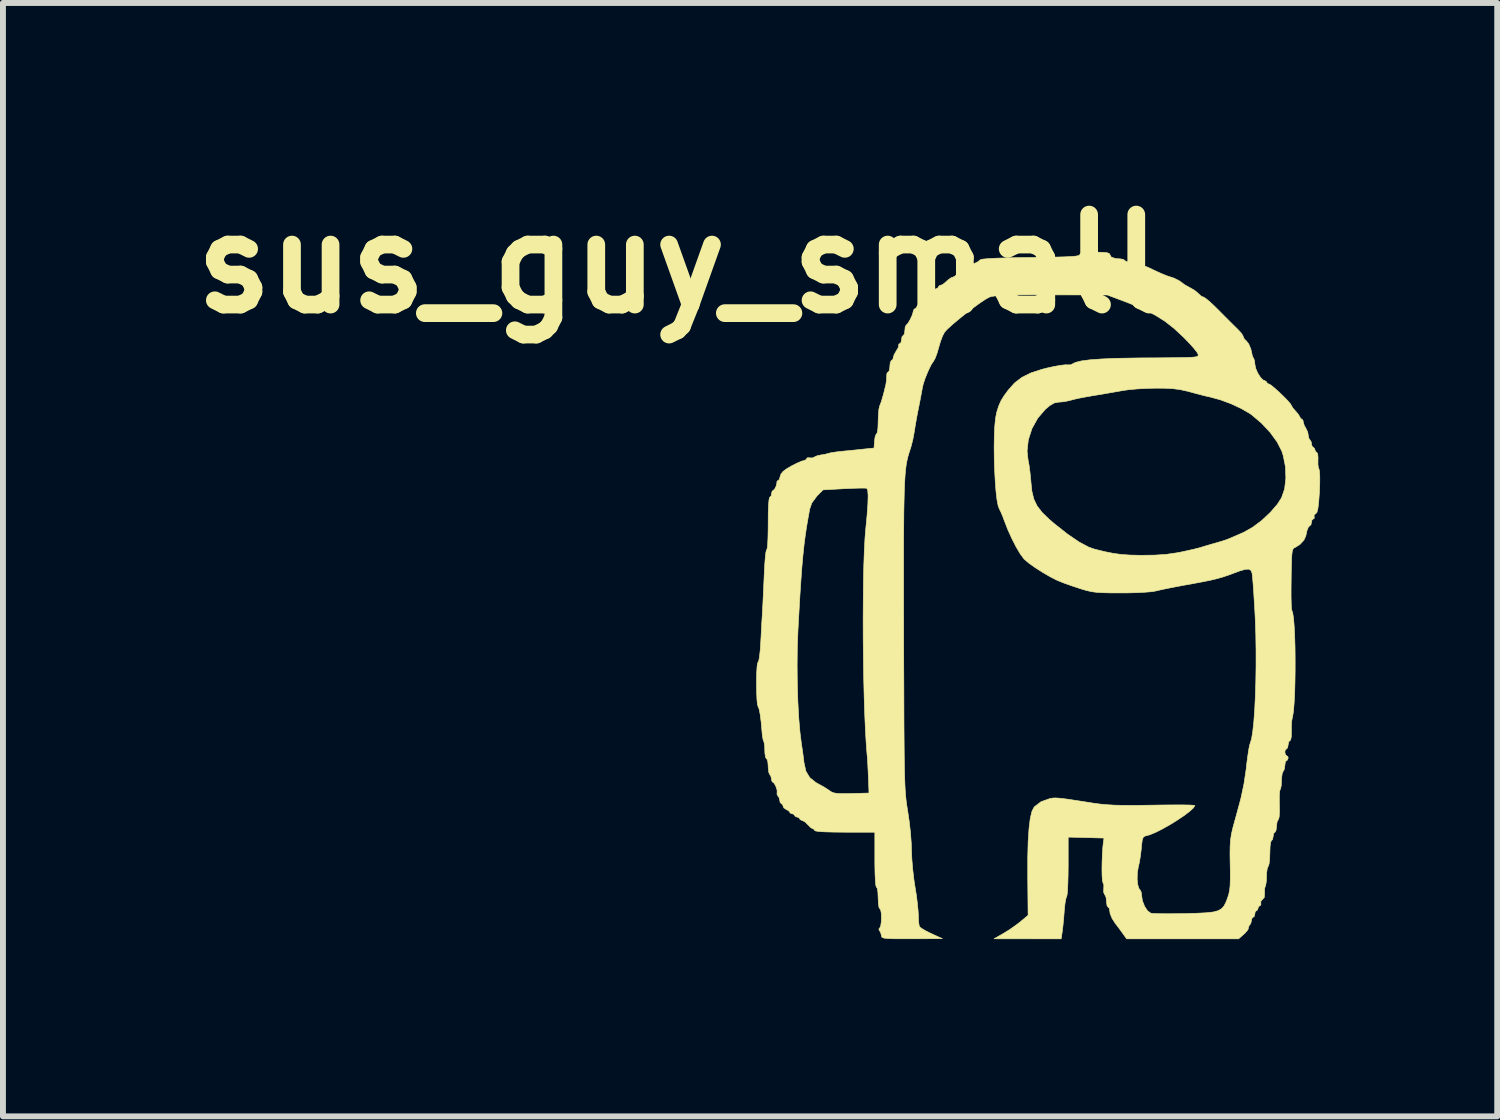
<source format=kicad_pcb>
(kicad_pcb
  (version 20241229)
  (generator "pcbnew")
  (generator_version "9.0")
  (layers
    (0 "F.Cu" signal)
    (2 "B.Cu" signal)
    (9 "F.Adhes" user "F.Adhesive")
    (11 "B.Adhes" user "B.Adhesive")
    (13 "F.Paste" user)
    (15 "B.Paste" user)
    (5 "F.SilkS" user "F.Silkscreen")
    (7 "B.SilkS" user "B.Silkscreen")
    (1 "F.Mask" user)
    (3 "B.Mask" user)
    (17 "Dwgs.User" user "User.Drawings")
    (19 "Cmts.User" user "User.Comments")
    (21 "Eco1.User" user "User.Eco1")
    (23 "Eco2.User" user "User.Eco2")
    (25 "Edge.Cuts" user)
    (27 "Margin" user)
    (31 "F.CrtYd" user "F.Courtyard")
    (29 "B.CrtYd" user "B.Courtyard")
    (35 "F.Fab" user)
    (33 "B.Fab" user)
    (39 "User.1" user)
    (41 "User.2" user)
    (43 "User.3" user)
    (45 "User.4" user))
  (footprint "sus_guy_small"
    (layer "F.Cu")
    (at 14.812 6.498)
    (property "Reference" "sus_guy_small" (at -6.35 -5.08 0) (layer "F.SilkS") (effects (font (size 1.524 1.524) (thickness 0.3))))
    (attr through_hole)
    (fp_poly (pts (xy 0.803 -5.276) (xy 0.882 -5.269) (xy 0.921 -5.256) (xy 0.931 -5.238) (xy 0.957 -5.193) (xy 1.033 -5.169) (xy 1.103 -5.165) (xy 1.161 -5.156) (xy 1.185 -5.136) (xy 1.21 -5.119) (xy 1.273 -5.109) (xy 1.298 -5.108) (xy 1.369 -5.102) (xy 1.408 -5.085) (xy 1.411 -5.079) (xy 1.432 -5.057) (xy 1.448 -5.058) (xy 1.497 -5.051) (xy 1.568 -5.025) (xy 1.582 -5.019) (xy 1.691 -4.967) (xy 1.795 -4.92) (xy 1.88 -4.884) (xy 1.93 -4.866) (xy 1.933 -4.866) (xy 2.015 -4.839) (xy 2.099 -4.798) (xy 2.148 -4.764) (xy 2.199 -4.726) (xy 2.274 -4.684) (xy 2.286 -4.678) (xy 2.366 -4.632) (xy 2.429 -4.579) (xy 2.434 -4.574) (xy 2.483 -4.53) (xy 2.52 -4.516) (xy 2.553 -4.496) (xy 2.616 -4.445) (xy 2.699 -4.368) (xy 2.781 -4.287) (xy 2.882 -4.185) (xy 2.978 -4.089) (xy 3.057 -4.011) (xy 3.097 -3.972) (xy 3.153 -3.912) (xy 3.186 -3.862) (xy 3.189 -3.849) (xy 3.21 -3.806) (xy 3.242 -3.776) (xy 3.283 -3.724) (xy 3.319 -3.638) (xy 3.341 -3.54) (xy 3.343 -3.523) (xy 3.361 -3.487) (xy 3.365 -3.483) (xy 3.381 -3.442) (xy 3.387 -3.382) (xy 3.401 -3.311) (xy 3.436 -3.23) (xy 3.482 -3.158) (xy 3.528 -3.112) (xy 3.549 -3.105) (xy 3.582 -3.087) (xy 3.584 -3.076) (xy 3.607 -3.05) (xy 3.621 -3.048) (xy 3.656 -3.029) (xy 3.717 -2.98) (xy 3.792 -2.913) (xy 3.871 -2.837) (xy 3.941 -2.766) (xy 3.99 -2.709) (xy 4.008 -2.678) (xy 4.026 -2.645) (xy 4.07 -2.593) (xy 4.078 -2.585) (xy 4.125 -2.53) (xy 4.148 -2.488) (xy 4.149 -2.485) (xy 4.169 -2.456) (xy 4.177 -2.455) (xy 4.201 -2.432) (xy 4.206 -2.406) (xy 4.223 -2.345) (xy 4.248 -2.302) (xy 4.282 -2.232) (xy 4.29 -2.183) (xy 4.301 -2.126) (xy 4.318 -2.103) (xy 4.342 -2.063) (xy 4.346 -2.03) (xy 4.358 -1.985) (xy 4.374 -1.976) (xy 4.399 -1.953) (xy 4.403 -1.933) (xy 4.419 -1.896) (xy 4.433 -1.891) (xy 4.451 -1.865) (xy 4.457 -1.795) (xy 4.456 -1.765) (xy 4.455 -1.684) (xy 4.462 -1.629) (xy 4.468 -1.619) (xy 4.48 -1.577) (xy 4.486 -1.489) (xy 4.486 -1.365) (xy 4.48 -1.213) (xy 4.469 -1.063) (xy 4.455 -0.94) (xy 4.437 -0.87) (xy 4.414 -0.847) (xy 4.414 -0.847) (xy 4.389 -0.827) (xy 4.392 -0.804) (xy 4.391 -0.768) (xy 4.377 -0.762) (xy 4.352 -0.738) (xy 4.346 -0.706) (xy 4.336 -0.66) (xy 4.321 -0.649) (xy 4.294 -0.624) (xy 4.268 -0.559) (xy 4.25 -0.473) (xy 4.218 -0.403) (xy 4.154 -0.332) (xy 4.077 -0.282) (xy 4.072 -0.28) (xy 4.05 -0.27) (xy 4.034 -0.252) (xy 4.022 -0.22) (xy 4.014 -0.164) (xy 4.009 -0.077) (xy 4.005 0.048) (xy 4.002 0.221) (xy 4.002 0.254) (xy 4 0.419) (xy 4 0.563) (xy 4.003 0.679) (xy 4.007 0.756) (xy 4.012 0.785) (xy 4.028 0.83) (xy 4.042 0.924) (xy 4.053 1.057) (xy 4.061 1.22) (xy 4.067 1.405) (xy 4.069 1.603) (xy 4.069 1.806) (xy 4.066 2.005) (xy 4.061 2.192) (xy 4.052 2.357) (xy 4.041 2.493) (xy 4.026 2.59) (xy 4.017 2.625) (xy 4.009 2.675) (xy 4.005 2.76) (xy 4.006 2.829) (xy 4.004 2.927) (xy 3.993 2.982) (xy 3.981 2.992) (xy 3.959 3.016) (xy 3.951 3.062) (xy 3.941 3.115) (xy 3.923 3.133) (xy 3.9 3.156) (xy 3.895 3.189) (xy 3.906 3.235) (xy 3.923 3.246) (xy 3.948 3.268) (xy 3.951 3.288) (xy 3.936 3.325) (xy 3.923 3.33) (xy 3.903 3.355) (xy 3.895 3.413) (xy 3.886 3.478) (xy 3.866 3.514) (xy 3.85 3.55) (xy 3.84 3.622) (xy 3.838 3.669) (xy 3.834 3.752) (xy 3.823 3.808) (xy 3.815 3.821) (xy 3.806 3.854) (xy 3.801 3.929) (xy 3.801 4.032) (xy 3.802 4.074) (xy 3.804 4.202) (xy 3.798 4.29) (xy 3.784 4.331) (xy 3.783 4.331) (xy 3.763 4.369) (xy 3.754 4.438) (xy 3.754 4.447) (xy 3.746 4.511) (xy 3.729 4.543) (xy 3.725 4.544) (xy 3.704 4.568) (xy 3.697 4.614) (xy 3.687 4.667) (xy 3.669 4.685) (xy 3.655 4.711) (xy 3.645 4.782) (xy 3.641 4.886) (xy 3.641 4.895) (xy 3.637 4.999) (xy 3.628 5.079) (xy 3.615 5.12) (xy 3.612 5.122) (xy 3.597 5.158) (xy 3.586 5.232) (xy 3.584 5.289) (xy 3.581 5.376) (xy 3.571 5.439) (xy 3.564 5.458) (xy 3.552 5.497) (xy 3.551 5.566) (xy 3.552 5.572) (xy 3.546 5.65) (xy 3.516 5.682) (xy 3.486 5.718) (xy 3.489 5.742) (xy 3.488 5.779) (xy 3.474 5.786) (xy 3.447 5.808) (xy 3.443 5.828) (xy 3.428 5.865) (xy 3.415 5.87) (xy 3.392 5.894) (xy 3.387 5.927) (xy 3.375 5.973) (xy 3.358 5.983) (xy 3.335 6.007) (xy 3.33 6.038) (xy 3.317 6.092) (xy 3.301 6.111) (xy 3.279 6.149) (xy 3.281 6.16) (xy 3.268 6.197) (xy 3.223 6.25) (xy 3.201 6.271) (xy 3.111 6.35) (xy 1.216 6.35) (xy 1.165 6.279) (xy 1.118 6.213) (xy 1.055 6.129) (xy 1.023 6.088) (xy 0.968 6.001) (xy 0.936 5.921) (xy 0.932 5.891) (xy 0.923 5.835) (xy 0.903 5.814) (xy 0.884 5.789) (xy 0.875 5.728) (xy 0.875 5.717) (xy 0.867 5.646) (xy 0.846 5.602) (xy 0.844 5.6) (xy 0.826 5.562) (xy 0.828 5.504) (xy 0.83 5.438) (xy 0.815 5.398) (xy 0.806 5.361) (xy 0.8 5.281) (xy 0.798 5.171) (xy 0.8 5.044) (xy 0.805 4.915) (xy 0.813 4.795) (xy 0.822 4.713) (xy 0.833 4.643) (xy 0.529 4.635) (xy 0.226 4.627) (xy 0.226 5.116) (xy 0.224 5.277) (xy 0.22 5.419) (xy 0.215 5.532) (xy 0.207 5.607) (xy 0.2 5.632) (xy 0.186 5.671) (xy 0.172 5.751) (xy 0.161 5.856) (xy 0.159 5.884) (xy 0.149 6.011) (xy 0.137 6.132) (xy 0.126 6.224) (xy 0.125 6.23) (xy 0.107 6.35) (xy -1.03 6.349) (xy -0.875 6.261) (xy -0.762 6.191) (xy -0.644 6.107) (xy -0.586 6.062) (xy -0.453 5.951) (xy -0.459 5.311) (xy -0.459 4.979) (xy -0.452 4.702) (xy -0.437 4.479) (xy -0.416 4.308) (xy -0.387 4.188) (xy -0.35 4.118) (xy -0.349 4.116) (xy -0.234 4.028) (xy -0.083 3.974) (xy -0.068 3.971) (xy -0.034 3.966) (xy 0.003 3.964) (xy 0.052 3.966) (xy 0.121 3.973) (xy 0.218 3.985) (xy 0.349 4.005) (xy 0.524 4.032) (xy 0.649 4.052) (xy 0.761 4.067) (xy 0.877 4.078) (xy 1.007 4.086) (xy 1.161 4.089) (xy 1.348 4.09) (xy 1.579 4.087) (xy 1.658 4.086) (xy 1.852 4.083) (xy 2.026 4.082) (xy 2.172 4.082) (xy 2.283 4.084) (xy 2.352 4.088) (xy 2.371 4.092) (xy 2.347 4.132) (xy 2.283 4.191) (xy 2.188 4.263) (xy 2.073 4.34) (xy 1.947 4.418) (xy 1.821 4.489) (xy 1.704 4.548) (xy 1.606 4.588) (xy 1.566 4.599) (xy 1.522 4.611) (xy 1.495 4.633) (xy 1.48 4.679) (xy 1.469 4.762) (xy 1.465 4.813) (xy 1.451 4.936) (xy 1.431 5.056) (xy 1.413 5.134) (xy 1.397 5.23) (xy 1.394 5.334) (xy 1.403 5.43) (xy 1.424 5.498) (xy 1.441 5.518) (xy 1.462 5.557) (xy 1.468 5.603) (xy 1.482 5.703) (xy 1.52 5.8) (xy 1.571 5.877) (xy 1.627 5.916) (xy 1.677 5.921) (xy 1.773 5.924) (xy 1.904 5.925) (xy 2.06 5.924) (xy 2.21 5.922) (xy 2.413 5.916) (xy 2.569 5.908) (xy 2.683 5.895) (xy 2.766 5.873) (xy 2.823 5.84) (xy 2.865 5.793) (xy 2.897 5.73) (xy 2.922 5.666) (xy 2.944 5.6) (xy 2.959 5.531) (xy 2.968 5.447) (xy 2.971 5.338) (xy 2.971 5.191) (xy 2.969 5.089) (xy 2.966 4.918) (xy 2.968 4.786) (xy 2.975 4.677) (xy 2.99 4.576) (xy 3.016 4.464) (xy 3.054 4.326) (xy 3.076 4.247) (xy 3.15 3.973) (xy 3.203 3.724) (xy 3.24 3.475) (xy 3.246 3.415) (xy 3.263 3.281) (xy 3.28 3.164) (xy 3.296 3.078) (xy 3.308 3.039) (xy 3.331 2.965) (xy 3.351 2.842) (xy 3.369 2.676) (xy 3.384 2.476) (xy 3.395 2.248) (xy 3.403 1.999) (xy 3.407 1.737) (xy 3.407 1.468) (xy 3.403 1.201) (xy 3.394 0.941) (xy 3.388 0.818) (xy 3.377 0.639) (xy 3.367 0.474) (xy 3.357 0.334) (xy 3.348 0.228) (xy 3.341 0.168) (xy 3.341 0.162) (xy 3.323 0.113) (xy 3.288 0.09) (xy 3.227 0.092) (xy 3.13 0.12) (xy 3.042 0.153) (xy 2.936 0.192) (xy 2.84 0.224) (xy 2.741 0.252) (xy 2.627 0.279) (xy 2.486 0.307) (xy 2.306 0.341) (xy 2.23 0.354) (xy 2.074 0.383) (xy 1.93 0.411) (xy 1.809 0.436) (xy 1.727 0.455) (xy 1.711 0.459) (xy 1.643 0.471) (xy 1.531 0.48) (xy 1.387 0.488) (xy 1.222 0.492) (xy 1.132 0.492) (xy 0.954 0.492) (xy 0.82 0.489) (xy 0.716 0.483) (xy 0.629 0.472) (xy 0.547 0.454) (xy 0.456 0.428) (xy 0.41 0.413) (xy 0.28 0.37) (xy 0.154 0.325) (xy 0.054 0.285) (xy 0.029 0.274) (xy -0.082 0.217) (xy -0.207 0.144) (xy -0.331 0.065) (xy -0.438 -0.011) (xy -0.513 -0.074) (xy -0.526 -0.088) (xy -0.585 -0.168) (xy -0.655 -0.286) (xy -0.727 -0.427) (xy -0.794 -0.574) (xy -0.847 -0.709) (xy -0.883 -0.806) (xy -0.916 -0.883) (xy -0.936 -0.922) (xy -0.959 -0.979) (xy -0.979 -1.082) (xy -0.996 -1.223) (xy -1.009 -1.392) (xy -1.019 -1.579) (xy -1.026 -1.775) (xy -1.027 -1.912) (xy -0.47 -1.912) (xy -0.455 -1.77) (xy -0.436 -1.667) (xy -0.419 -1.535) (xy -0.406 -1.402) (xy -0.406 -1.397) (xy -0.389 -1.231) (xy -0.356 -1.096) (xy -0.3 -0.98) (xy -0.215 -0.87) (xy -0.092 -0.751) (xy -0.01 -0.681) (xy 0.216 -0.503) (xy 0.411 -0.37) (xy 0.574 -0.283) (xy 0.669 -0.25) (xy 0.847 -0.206) (xy 0.993 -0.177) (xy 1.127 -0.159) (xy 1.271 -0.149) (xy 1.446 -0.145) (xy 1.468 -0.145) (xy 1.696 -0.148) (xy 1.889 -0.161) (xy 2.066 -0.187) (xy 2.117 -0.196) (xy 2.243 -0.223) (xy 2.358 -0.249) (xy 2.444 -0.271) (xy 2.469 -0.278) (xy 2.543 -0.301) (xy 2.646 -0.331) (xy 2.723 -0.353) (xy 2.802 -0.376) (xy 2.864 -0.395) (xy 2.922 -0.415) (xy 2.992 -0.444) (xy 3.086 -0.485) (xy 3.198 -0.534) (xy 3.348 -0.618) (xy 3.504 -0.735) (xy 3.649 -0.871) (xy 3.77 -1.011) (xy 3.84 -1.121) (xy 3.891 -1.27) (xy 3.912 -1.45) (xy 3.905 -1.643) (xy 3.868 -1.831) (xy 3.842 -1.912) (xy 3.764 -2.064) (xy 3.646 -2.226) (xy 3.5 -2.382) (xy 3.339 -2.519) (xy 3.297 -2.549) (xy 3.157 -2.63) (xy 2.986 -2.71) (xy 2.806 -2.777) (xy 2.642 -2.822) (xy 2.639 -2.823) (xy 2.532 -2.847) (xy 2.422 -2.876) (xy 2.413 -2.878) (xy 2.252 -2.922) (xy 2.12 -2.951) (xy 1.996 -2.967) (xy 1.858 -2.974) (xy 1.707 -2.975) (xy 1.55 -2.971) (xy 1.391 -2.962) (xy 1.251 -2.949) (xy 1.171 -2.938) (xy 1.045 -2.916) (xy 0.918 -2.894) (xy 0.833 -2.879) (xy 0.645 -2.848) (xy 0.503 -2.823) (xy 0.399 -2.803) (xy 0.321 -2.785) (xy 0.261 -2.769) (xy 0.254 -2.767) (xy 0.157 -2.746) (xy 0.063 -2.738) (xy -0.009 -2.725) (xy -0.085 -2.681) (xy -0.16 -2.618) (xy -0.289 -2.468) (xy -0.387 -2.292) (xy -0.449 -2.101) (xy -0.47 -1.912) (xy -1.027 -1.912) (xy -1.028 -1.971) (xy -1.025 -2.156) (xy -1.018 -2.322) (xy -1.005 -2.458) (xy -0.987 -2.556) (xy -0.987 -2.558) (xy -0.951 -2.672) (xy -0.912 -2.762) (xy -0.856 -2.852) (xy -0.79 -2.941) (xy -0.682 -3.063) (xy -0.559 -3.157) (xy -0.408 -3.232) (xy -0.219 -3.294) (xy -0.137 -3.315) (xy -0.01 -3.343) (xy 0.099 -3.362) (xy 0.178 -3.371) (xy 0.209 -3.37) (xy 0.268 -3.37) (xy 0.291 -3.382) (xy 0.349 -3.411) (xy 0.448 -3.436) (xy 0.592 -3.455) (xy 0.782 -3.469) (xy 1.021 -3.48) (xy 1.313 -3.485) (xy 1.439 -3.487) (xy 1.701 -3.488) (xy 1.913 -3.49) (xy 2.078 -3.492) (xy 2.204 -3.494) (xy 2.295 -3.497) (xy 2.358 -3.501) (xy 2.397 -3.507) (xy 2.417 -3.515) (xy 2.426 -3.525) (xy 2.427 -3.537) (xy 2.427 -3.547) (xy 2.408 -3.583) (xy 2.355 -3.65) (xy 2.277 -3.737) (xy 2.181 -3.836) (xy 2.166 -3.85) (xy 2.015 -3.99) (xy 1.866 -4.107) (xy 1.706 -4.208) (xy 1.524 -4.301) (xy 1.306 -4.395) (xy 1.171 -4.447) (xy 0.889 -4.553) (xy -0.056 -4.555) (xy -0.324 -4.556) (xy -0.54 -4.555) (xy -0.712 -4.553) (xy -0.846 -4.549) (xy -0.946 -4.544) (xy -1.02 -4.536) (xy -1.074 -4.527) (xy -1.11 -4.516) (xy -1.175 -4.48) (xy -1.271 -4.416) (xy -1.386 -4.332) (xy -1.511 -4.237) (xy -1.632 -4.139) (xy -1.74 -4.048) (xy -1.824 -3.971) (xy -1.867 -3.923) (xy -1.902 -3.858) (xy -1.938 -3.761) (xy -1.965 -3.669) (xy -1.994 -3.568) (xy -2.025 -3.485) (xy -2.048 -3.442) (xy -2.093 -3.374) (xy -2.143 -3.271) (xy -2.192 -3.154) (xy -2.229 -3.043) (xy -2.244 -2.977) (xy -2.258 -2.898) (xy -2.28 -2.783) (xy -2.305 -2.654) (xy -2.314 -2.611) (xy -2.34 -2.477) (xy -2.363 -2.345) (xy -2.38 -2.239) (xy -2.384 -2.215) (xy -2.405 -2.103) (xy -2.437 -1.978) (xy -2.456 -1.919) (xy -2.474 -1.864) (xy -2.49 -1.808) (xy -2.504 -1.747) (xy -2.517 -1.677) (xy -2.527 -1.595) (xy -2.536 -1.498) (xy -2.543 -1.381) (xy -2.549 -1.242) (xy -2.553 -1.075) (xy -2.557 -0.879) (xy -2.559 -0.648) (xy -2.561 -0.38) (xy -2.561 -0.07) (xy -2.561 0.284) (xy -2.561 0.687) (xy -2.56 1.142) (xy -2.56 1.228) (xy -2.559 1.67) (xy -2.557 2.06) (xy -2.556 2.401) (xy -2.555 2.697) (xy -2.553 2.952) (xy -2.551 3.171) (xy -2.549 3.356) (xy -2.546 3.513) (xy -2.542 3.643) (xy -2.538 3.753) (xy -2.533 3.845) (xy -2.527 3.924) (xy -2.52 3.992) (xy -2.512 4.055) (xy -2.503 4.116) (xy -2.493 4.179) (xy -2.491 4.191) (xy -2.465 4.369) (xy -2.444 4.558) (xy -2.431 4.734) (xy -2.428 4.84) (xy -2.422 4.99) (xy -2.407 5.169) (xy -2.386 5.351) (xy -2.369 5.461) (xy -2.345 5.61) (xy -2.327 5.756) (xy -2.315 5.88) (xy -2.311 5.955) (xy -2.308 6.048) (xy -2.299 6.119) (xy -2.291 6.144) (xy -2.256 6.173) (xy -2.185 6.215) (xy -2.092 6.261) (xy -2.087 6.263) (xy -1.905 6.347) (xy -2.42 6.349) (xy -2.603 6.349) (xy -2.736 6.348) (xy -2.828 6.344) (xy -2.887 6.338) (xy -2.919 6.329) (xy -2.933 6.315) (xy -2.935 6.299) (xy -2.951 6.239) (xy -2.966 6.218) (xy -2.981 6.184) (xy -2.966 6.168) (xy -2.949 6.133) (xy -2.939 6.065) (xy -2.936 5.983) (xy -2.94 5.907) (xy -2.951 5.854) (xy -2.963 5.842) (xy -2.978 5.816) (xy -2.988 5.747) (xy -2.992 5.659) (xy -2.996 5.563) (xy -3.006 5.497) (xy -3.02 5.475) (xy -3.031 5.448) (xy -3.039 5.368) (xy -3.045 5.24) (xy -3.048 5.069) (xy -3.048 5.009) (xy -3.048 4.544) (xy -3.556 4.544) (xy -3.75 4.542) (xy -3.901 4.538) (xy -4.005 4.531) (xy -4.058 4.521) (xy -4.064 4.516) (xy -4.086 4.489) (xy -4.095 4.487) (xy -4.133 4.467) (xy -4.181 4.418) (xy -4.182 4.417) (xy -4.233 4.367) (xy -4.277 4.346) (xy -4.278 4.346) (xy -4.314 4.33) (xy -4.318 4.318) (xy -4.341 4.293) (xy -4.36 4.29) (xy -4.398 4.275) (xy -4.403 4.262) (xy -4.426 4.237) (xy -4.445 4.233) (xy -4.483 4.219) (xy -4.487 4.207) (xy -4.511 4.178) (xy -4.544 4.163) (xy -4.59 4.131) (xy -4.6 4.104) (xy -4.616 4.068) (xy -4.628 4.064) (xy -4.652 4.04) (xy -4.657 4.009) (xy -4.671 3.955) (xy -4.687 3.936) (xy -4.706 3.897) (xy -4.703 3.88) (xy -4.703 3.832) (xy -4.723 3.77) (xy -4.751 3.717) (xy -4.777 3.697) (xy -4.794 3.674) (xy -4.798 3.642) (xy -4.811 3.588) (xy -4.826 3.57) (xy -4.843 3.534) (xy -4.853 3.462) (xy -4.854 3.427) (xy -4.86 3.352) (xy -4.874 3.307) (xy -4.882 3.302) (xy -4.899 3.277) (xy -4.909 3.212) (xy -4.911 3.166) (xy -4.914 3.082) (xy -4.923 3.025) (xy -4.928 3.011) (xy -4.941 2.974) (xy -4.953 2.903) (xy -4.956 2.873) (xy -4.972 2.688) (xy -4.99 2.547) (xy -5.009 2.454) (xy -5.026 2.414) (xy -5.037 2.377) (xy -5.044 2.3) (xy -5.049 2.193) (xy -5.051 2.071) (xy -5.051 1.946) (xy -5.048 1.831) (xy -5.042 1.737) (xy -5.039 1.718) (xy -4.364 1.718) (xy -4.361 2.025) (xy -4.352 2.324) (xy -4.337 2.604) (xy -4.316 2.851) (xy -4.291 3.048) (xy -4.272 3.173) (xy -4.254 3.309) (xy -4.248 3.364) (xy -4.216 3.51) (xy -4.151 3.619) (xy -4.045 3.704) (xy -3.998 3.73) (xy -3.909 3.779) (xy -3.83 3.83) (xy -3.812 3.843) (xy -3.774 3.867) (xy -3.725 3.882) (xy -3.654 3.89) (xy -3.547 3.891) (xy -3.445 3.889) (xy -3.147 3.881) (xy -3.157 3.612) (xy -3.163 3.485) (xy -3.169 3.369) (xy -3.174 3.284) (xy -3.177 3.26) (xy -3.192 3.074) (xy -3.206 2.844) (xy -3.218 2.576) (xy -3.228 2.278) (xy -3.236 1.958) (xy -3.241 1.625) (xy -3.245 1.285) (xy -3.246 0.948) (xy -3.244 0.62) (xy -3.241 0.31) (xy -3.235 0.026) (xy -3.226 -0.225) (xy -3.215 -0.434) (xy -3.203 -0.579) (xy -3.18 -0.818) (xy -3.166 -1.01) (xy -3.162 -1.152) (xy -3.168 -1.243) (xy -3.182 -1.279) (xy -3.217 -1.283) (xy -3.296 -1.283) (xy -3.41 -1.28) (xy -3.545 -1.274) (xy -3.564 -1.273) (xy -3.925 -1.253) (xy -4.026 -1.152) (xy -4.116 -1.03) (xy -4.151 -0.928) (xy -4.18 -0.768) (xy -4.206 -0.617) (xy -4.228 -0.466) (xy -4.248 -0.31) (xy -4.266 -0.139) (xy -4.283 0.052) (xy -4.299 0.271) (xy -4.316 0.525) (xy -4.333 0.822) (xy -4.35 1.129) (xy -4.361 1.415) (xy -4.364 1.718) (xy -5.039 1.718) (xy -5.033 1.679) (xy -5.025 1.665) (xy -5.013 1.639) (xy -5.001 1.568) (xy -4.989 1.463) (xy -4.982 1.362) (xy -4.973 1.2) (xy -4.964 1.024) (xy -4.954 0.863) (xy -4.951 0.804) (xy -4.944 0.676) (xy -4.936 0.513) (xy -4.928 0.333) (xy -4.92 0.159) (xy -4.92 0.149) (xy -4.912 0.007) (xy -4.903 -0.111) (xy -4.893 -0.195) (xy -4.883 -0.235) (xy -4.879 -0.238) (xy -4.871 -0.259) (xy -4.863 -0.328) (xy -4.858 -0.436) (xy -4.855 -0.573) (xy -4.854 -0.676) (xy -4.853 -0.856) (xy -4.848 -0.994) (xy -4.84 -1.086) (xy -4.829 -1.127) (xy -4.826 -1.129) (xy -4.803 -1.153) (xy -4.798 -1.185) (xy -4.787 -1.231) (xy -4.771 -1.242) (xy -4.745 -1.265) (xy -4.719 -1.317) (xy -4.706 -1.372) (xy -4.708 -1.39) (xy -4.692 -1.41) (xy -4.685 -1.411) (xy -4.661 -1.435) (xy -4.657 -1.463) (xy -4.637 -1.521) (xy -4.602 -1.565) (xy -4.542 -1.609) (xy -4.457 -1.659) (xy -4.366 -1.705) (xy -4.288 -1.739) (xy -4.243 -1.75) (xy -4.208 -1.768) (xy -4.205 -1.781) (xy -4.184 -1.799) (xy -4.159 -1.795) (xy -4.101 -1.794) (xy -4.079 -1.806) (xy -4.026 -1.83) (xy -3.962 -1.844) (xy -3.887 -1.856) (xy -3.838 -1.87) (xy -3.788 -1.882) (xy -3.703 -1.895) (xy -3.627 -1.904) (xy -3.504 -1.916) (xy -3.361 -1.93) (xy -3.26 -1.941) (xy -3.062 -1.961) (xy -3.053 -2.081) (xy -3.043 -2.155) (xy -3.025 -2.197) (xy -3.018 -2.201) (xy -3.005 -2.227) (xy -2.996 -2.296) (xy -2.992 -2.393) (xy -2.992 -2.413) (xy -2.988 -2.523) (xy -2.98 -2.616) (xy -2.967 -2.671) (xy -2.966 -2.674) (xy -2.937 -2.75) (xy -2.9 -2.879) (xy -2.862 -3.034) (xy -2.849 -3.118) (xy -2.848 -3.182) (xy -2.842 -3.231) (xy -2.824 -3.246) (xy -2.804 -3.27) (xy -2.794 -3.331) (xy -2.794 -3.344) (xy -2.787 -3.41) (xy -2.769 -3.442) (xy -2.766 -3.443) (xy -2.741 -3.466) (xy -2.738 -3.488) (xy -2.722 -3.541) (xy -2.684 -3.608) (xy -2.682 -3.611) (xy -2.649 -3.668) (xy -2.643 -3.705) (xy -2.644 -3.707) (xy -2.641 -3.724) (xy -2.629 -3.725) (xy -2.605 -3.749) (xy -2.596 -3.796) (xy -2.587 -3.849) (xy -2.568 -3.866) (xy -2.548 -3.891) (xy -2.54 -3.949) (xy -2.534 -4.011) (xy -2.519 -4.04) (xy -2.487 -4.074) (xy -2.449 -4.138) (xy -2.416 -4.21) (xy -2.399 -4.267) (xy -2.399 -4.273) (xy -2.384 -4.312) (xy -2.371 -4.318) (xy -2.343 -4.339) (xy -2.342 -4.345) (xy -2.323 -4.381) (xy -2.272 -4.439) (xy -2.203 -4.508) (xy -2.129 -4.575) (xy -2.064 -4.629) (xy -2.019 -4.656) (xy -2.013 -4.657) (xy -1.979 -4.673) (xy -1.976 -4.685) (xy -1.954 -4.712) (xy -1.945 -4.713) (xy -1.9 -4.73) (xy -1.876 -4.748) (xy -1.801 -4.813) (xy -1.755 -4.846) (xy -1.727 -4.854) (xy -1.691 -4.873) (xy -1.651 -4.911) (xy -1.601 -4.953) (xy -1.566 -4.967) (xy -1.524 -4.986) (xy -1.483 -5.022) (xy -1.439 -5.063) (xy -1.415 -5.074) (xy -1.367 -5.084) (xy -1.307 -5.113) (xy -1.265 -5.147) (xy -1.264 -5.148) (xy -1.228 -5.159) (xy -1.137 -5.168) (xy -0.99 -5.176) (xy -0.788 -5.182) (xy -0.531 -5.187) (xy -0.41 -5.188) (xy -0.166 -5.192) (xy 0.027 -5.195) (xy 0.174 -5.199) (xy 0.282 -5.205) (xy 0.355 -5.211) (xy 0.399 -5.219) (xy 0.42 -5.23) (xy 0.423 -5.238) (xy 0.435 -5.257) (xy 0.477 -5.27) (xy 0.558 -5.276) (xy 0.677 -5.278) (xy 0.803 -5.276)) (stroke (width 0.01) (type solid)) (fill yes) (layer "F.SilkS")))
  (gr_rect
    (start -3 -3)
    (end 22.303 15.853)
    (stroke (width 0.1) (type default))
    (fill no)
    (layer "Edge.Cuts")))
</source>
